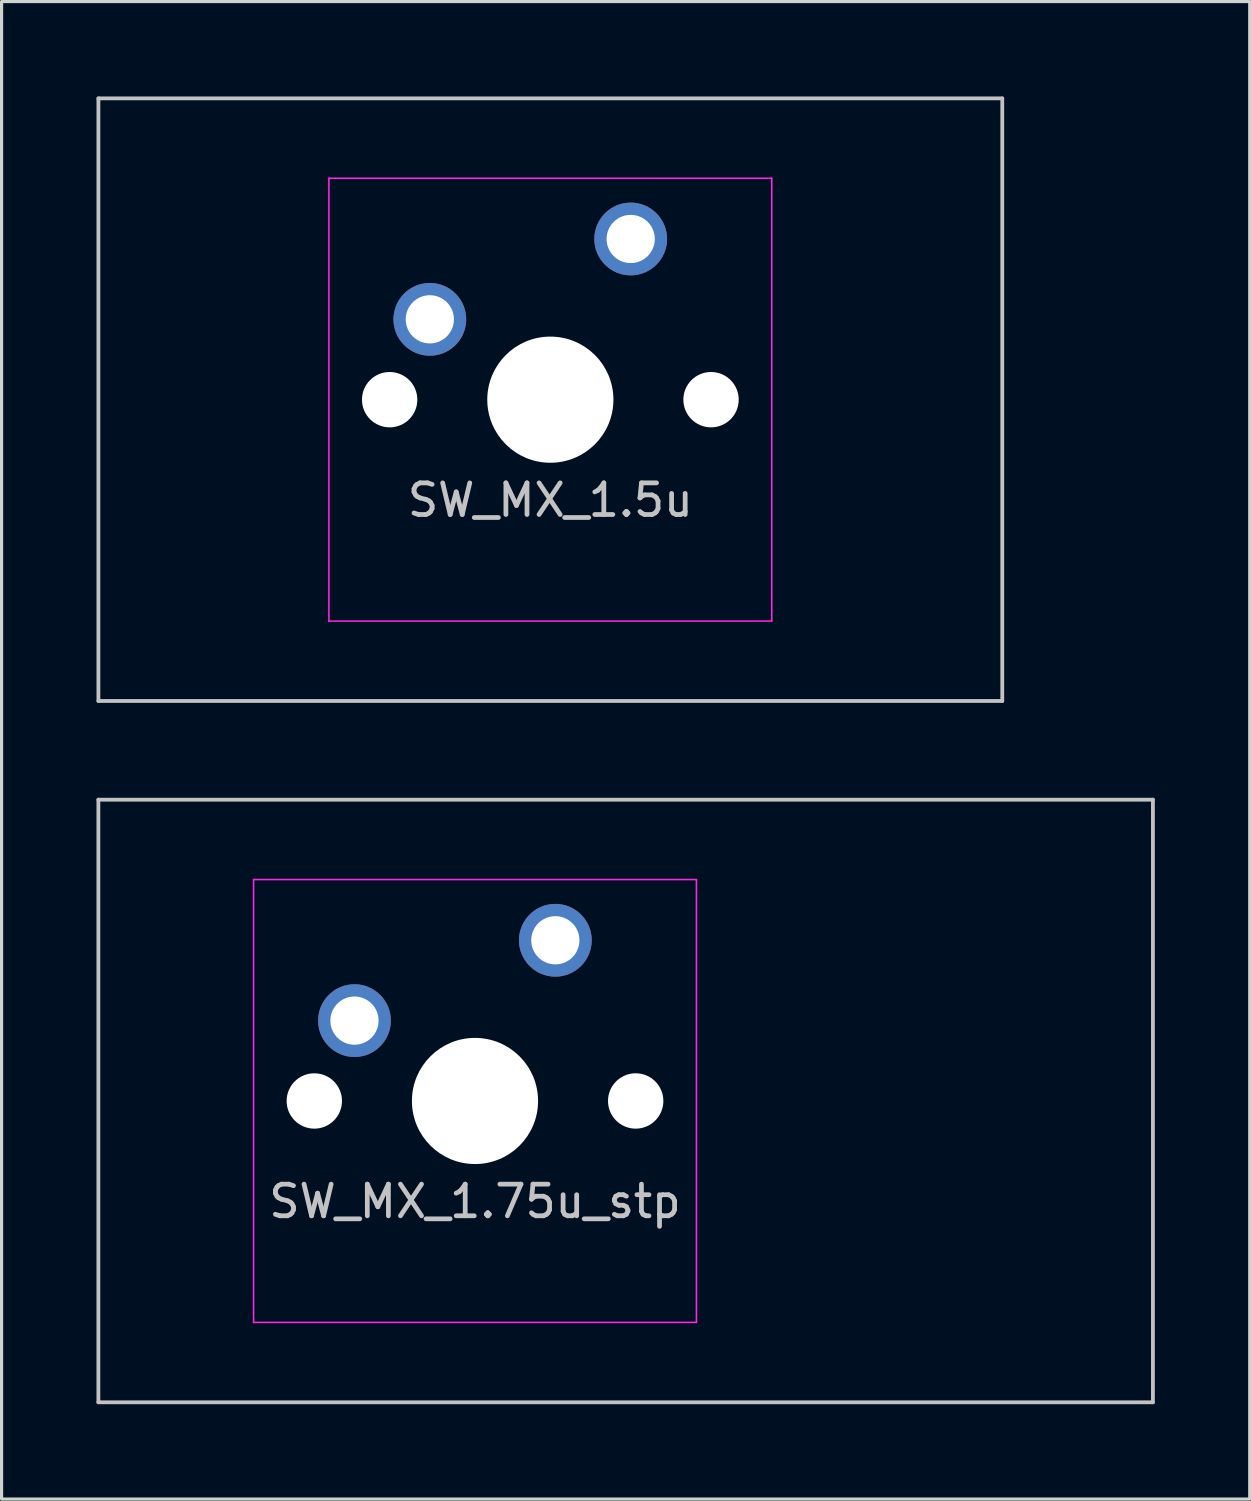
<source format=kicad_pcb>
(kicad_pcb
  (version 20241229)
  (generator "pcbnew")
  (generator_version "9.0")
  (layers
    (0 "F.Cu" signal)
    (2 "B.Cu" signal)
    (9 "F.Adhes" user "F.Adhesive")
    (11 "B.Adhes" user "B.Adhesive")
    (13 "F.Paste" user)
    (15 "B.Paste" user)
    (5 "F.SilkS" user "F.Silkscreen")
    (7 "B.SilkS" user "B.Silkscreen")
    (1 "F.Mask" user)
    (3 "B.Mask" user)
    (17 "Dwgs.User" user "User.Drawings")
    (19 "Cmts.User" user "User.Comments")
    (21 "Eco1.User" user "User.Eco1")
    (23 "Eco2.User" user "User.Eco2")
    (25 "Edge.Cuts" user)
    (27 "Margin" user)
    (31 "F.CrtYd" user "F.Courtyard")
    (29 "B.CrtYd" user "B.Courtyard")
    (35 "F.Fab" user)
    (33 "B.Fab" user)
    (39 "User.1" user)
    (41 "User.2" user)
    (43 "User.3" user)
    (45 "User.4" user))
  (footprint "SW_MX_1.75u_stp"
    (layer "F.Cu")
    (at 11.966 31.755)
    (property "Reference" "SW_MX_1.75u_stp" (at 0 3.175 0) (layer "Dwgs.User") (effects (font (size 1 1) (thickness 0.15))))
    (attr through_hole exclude_from_pos_files exclude_from_bom)
    (fp_line (start -11.906 -9.525) (end -11.906 9.525) (stroke (width 0.12) (type solid)) (layer "Dwgs.User"))
    (fp_line (start -11.906 9.525) (end 21.431 9.525) (stroke (width 0.12) (type solid)) (layer "Dwgs.User"))
    (fp_line (start 21.431 -9.525) (end -11.906 -9.525) (stroke (width 0.12) (type solid)) (layer "Dwgs.User"))
    (fp_line (start 21.431 9.525) (end 21.431 -9.525) (stroke (width 0.12) (type solid)) (layer "Dwgs.User"))
    (fp_line (start -7 6.5) (end -7 -6.5) (stroke (width 0.05) (type solid)) (layer "Eco2.User"))
    (fp_line (start -6.5 -7) (end 6.5 -7) (stroke (width 0.05) (type solid)) (layer "Eco2.User"))
    (fp_line (start 6.5 7) (end -6.5 7) (stroke (width 0.05) (type solid)) (layer "Eco2.User"))
    (fp_line (start 7 -6.5) (end 7 6.5) (stroke (width 0.05) (type solid)) (layer "Eco2.User"))
    (fp_arc (start -7 -6.5) (mid -6.853553 -6.853553) (end -6.5 -7) (stroke (width 0.05) (type solid)) (layer "Eco2.User"))
    (fp_arc (start -6.5 7) (mid -6.853553 6.853553) (end -7 6.5) (stroke (width 0.05) (type solid)) (layer "Eco2.User"))
    (fp_arc (start 6.5 -7) (mid 6.853553 -6.853553) (end 7 -6.5) (stroke (width 0.05) (type solid)) (layer "Eco2.User"))
    (fp_arc (start 6.997236 6.498884) (mid 6.850789 6.852437) (end 6.497236 6.998884) (stroke (width 0.05) (type solid)) (layer "Eco2.User"))
    (fp_line (start -7 -7) (end -7 7) (stroke (width 0.05) (type solid)) (layer "F.CrtYd"))
    (fp_line (start -7 7) (end 7 7) (stroke (width 0.05) (type solid)) (layer "F.CrtYd"))
    (fp_line (start 7 -7) (end -7 -7) (stroke (width 0.05) (type solid)) (layer "F.CrtYd"))
    (fp_line (start 7 7) (end 7 -7) (stroke (width 0.05) (type solid)) (layer "F.CrtYd"))
    (pad "" np_thru_hole circle (at -5.08 0) (size 1.75 1.75) (drill 1.75) (layers "*.Cu" "*.Mask"))
    (pad "" np_thru_hole circle (at 0 0) (size 3.988 3.988) (drill 3.988) (layers "*.Cu" "*.Mask"))
    (pad "" np_thru_hole circle (at 5.08 0) (size 1.75 1.75) (drill 1.75) (layers "*.Cu" "*.Mask"))
    (pad "1" thru_hole circle (at -3.81 -2.54) (size 2.3 2.3) (drill 1.524) (layers "*.Cu" "B.Mask"))
    (pad "2" thru_hole circle (at 2.54 -5.08) (size 2.3 2.3) (drill 1.524) (layers "*.Cu" "B.Mask")))
  (footprint "SW_MX_1.5u"
    (layer "F.Cu")
    (at 14.348 9.585)
    (property "Reference" "SW_MX_1.5u" (at 0 3.175 0) (layer "Dwgs.User") (effects (font (size 1 1) (thickness 0.15))))
    (attr through_hole exclude_from_pos_files exclude_from_bom)
    (fp_line (start -14.287 -9.525) (end -14.287 9.525) (stroke (width 0.12) (type solid)) (layer "Dwgs.User"))
    (fp_line (start -14.287 9.525) (end 14.287 9.525) (stroke (width 0.12) (type solid)) (layer "Dwgs.User"))
    (fp_line (start 14.287 -9.525) (end -14.287 -9.525) (stroke (width 0.12) (type solid)) (layer "Dwgs.User"))
    (fp_line (start 14.287 9.525) (end 14.287 -9.525) (stroke (width 0.12) (type solid)) (layer "Dwgs.User"))
    (fp_line (start -7 6.5) (end -7 -6.5) (stroke (width 0.05) (type solid)) (layer "Eco2.User"))
    (fp_line (start -6.5 -7) (end 6.5 -7) (stroke (width 0.05) (type solid)) (layer "Eco2.User"))
    (fp_line (start 6.5 7) (end -6.5 7) (stroke (width 0.05) (type solid)) (layer "Eco2.User"))
    (fp_line (start 7 -6.5) (end 7 6.5) (stroke (width 0.05) (type solid)) (layer "Eco2.User"))
    (fp_arc (start -7 -6.5) (mid -6.853553 -6.853553) (end -6.5 -7) (stroke (width 0.05) (type solid)) (layer "Eco2.User"))
    (fp_arc (start -6.5 7) (mid -6.853553 6.853553) (end -7 6.5) (stroke (width 0.05) (type solid)) (layer "Eco2.User"))
    (fp_arc (start 6.5 -7) (mid 6.853553 -6.853553) (end 7 -6.5) (stroke (width 0.05) (type solid)) (layer "Eco2.User"))
    (fp_arc (start 6.997236 6.498884) (mid 6.850789 6.852437) (end 6.497236 6.998884) (stroke (width 0.05) (type solid)) (layer "Eco2.User"))
    (fp_line (start -7 -7) (end -7 7) (stroke (width 0.05) (type solid)) (layer "F.CrtYd"))
    (fp_line (start -7 7) (end 7 7) (stroke (width 0.05) (type solid)) (layer "F.CrtYd"))
    (fp_line (start 7 -7) (end -7 -7) (stroke (width 0.05) (type solid)) (layer "F.CrtYd"))
    (fp_line (start 7 7) (end 7 -7) (stroke (width 0.05) (type solid)) (layer "F.CrtYd"))
    (pad "" np_thru_hole circle (at -5.08 0) (size 1.75 1.75) (drill 1.75) (layers "*.Cu" "*.Mask"))
    (pad "" np_thru_hole circle (at 0 0) (size 3.988 3.988) (drill 3.988) (layers "*.Cu" "*.Mask"))
    (pad "" np_thru_hole circle (at 5.08 0) (size 1.75 1.75) (drill 1.75) (layers "*.Cu" "*.Mask"))
    (pad "1" thru_hole circle (at -3.81 -2.54) (size 2.3 2.3) (drill 1.524) (layers "*.Cu" "B.Mask"))
    (pad "2" thru_hole circle (at 2.54 -5.08) (size 2.3 2.3) (drill 1.524) (layers "*.Cu" "B.Mask")))
  (gr_rect
    (start -3 -3)
    (end 36.458 44.34)
    (stroke (width 0.1) (type default))
    (fill no)
    (layer "Edge.Cuts")))
</source>
